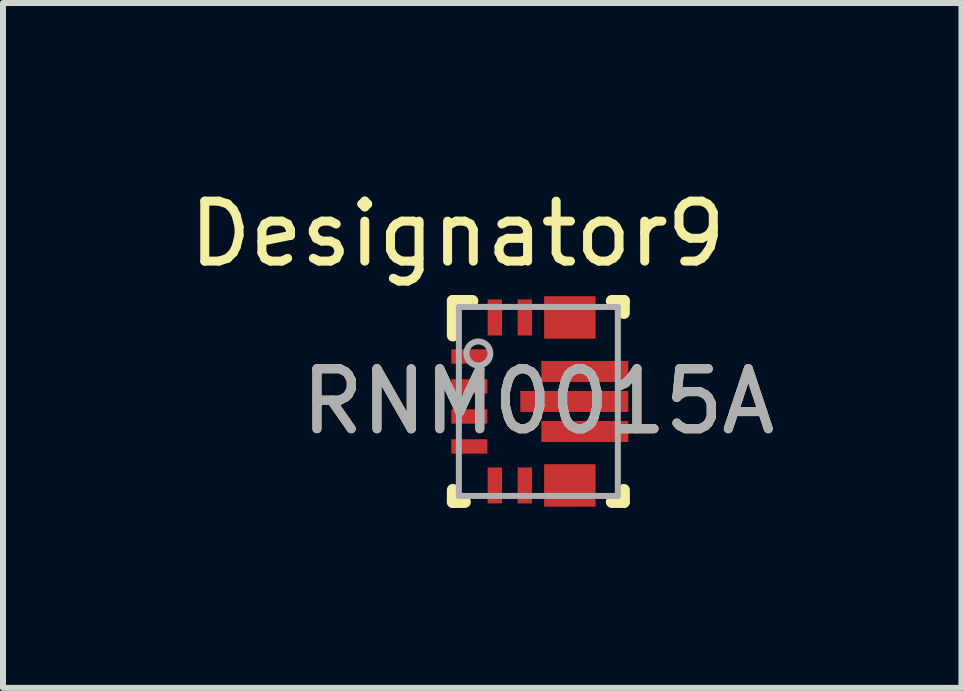
<source format=kicad_pcb>
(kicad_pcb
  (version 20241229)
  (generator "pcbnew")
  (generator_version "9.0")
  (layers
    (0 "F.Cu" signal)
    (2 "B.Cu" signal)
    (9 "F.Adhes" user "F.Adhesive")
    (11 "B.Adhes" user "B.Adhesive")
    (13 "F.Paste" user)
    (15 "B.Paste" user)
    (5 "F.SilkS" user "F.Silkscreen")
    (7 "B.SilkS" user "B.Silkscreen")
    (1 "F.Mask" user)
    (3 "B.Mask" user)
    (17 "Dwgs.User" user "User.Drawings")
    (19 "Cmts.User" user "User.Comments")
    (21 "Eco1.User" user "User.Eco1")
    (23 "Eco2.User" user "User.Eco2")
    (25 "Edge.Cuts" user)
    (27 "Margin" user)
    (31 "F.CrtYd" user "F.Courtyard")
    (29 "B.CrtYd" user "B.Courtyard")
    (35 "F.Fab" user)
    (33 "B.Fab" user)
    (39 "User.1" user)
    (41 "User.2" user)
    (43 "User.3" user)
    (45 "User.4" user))
  (footprint "RNM0015A"
    (layer "F.Cu")
    (at 5.924 3.642)
    (property "Reference" "RNM0015A" (at 0 0 0) (unlocked yes) (layer "F.SilkS") (effects (font (size 1 1) (thickness 0.15))))
    (attr smd)
    (fp_poly (pts (xy 0.15 -1.15) (xy 0.15 -1.3) (xy 0.151 -1.31) (xy 0.154 -1.319) (xy 0.158 -1.328) (xy 0.165 -1.335) (xy 0.172 -1.342) (xy 0.181 -1.346) (xy 0.19 -1.349) (xy 0.2 -1.35) (xy 0.85 -1.35) (xy 0.86 -1.349) (xy 0.869 -1.346) (xy 0.878 -1.342) (xy 0.885 -1.335) (xy 0.892 -1.328) (xy 0.896 -1.319) (xy 0.899 -1.31) (xy 0.9 -1.3) (xy 0.9 -1.15) (xy 0.899 -1.14) (xy 0.896 -1.131) (xy 0.892 -1.122) (xy 0.885 -1.115) (xy 0.878 -1.108) (xy 0.869 -1.104) (xy 0.86 -1.101) (xy 0.85 -1.1) (xy 0.2 -1.1) (xy 0.19 -1.101) (xy 0.181 -1.104) (xy 0.172 -1.108) (xy 0.165 -1.115) (xy 0.158 -1.122) (xy 0.154 -1.131) (xy 0.151 -1.14)) (stroke (width 0) (type solid)) (fill yes) (layer "F.Mask"))
    (fp_poly (pts (xy 0.15 1.3) (xy 0.15 1.15) (xy 0.151 1.14) (xy 0.154 1.131) (xy 0.158 1.122) (xy 0.165 1.115) (xy 0.172 1.108) (xy 0.181 1.104) (xy 0.19 1.101) (xy 0.2 1.1) (xy 0.85 1.1) (xy 0.86 1.101) (xy 0.869 1.104) (xy 0.878 1.108) (xy 0.885 1.115) (xy 0.892 1.122) (xy 0.896 1.131) (xy 0.899 1.14) (xy 0.9 1.15) (xy 0.9 1.3) (xy 0.899 1.31) (xy 0.896 1.319) (xy 0.892 1.328) (xy 0.885 1.335) (xy 0.878 1.342) (xy 0.869 1.346) (xy 0.86 1.349) (xy 0.85 1.35) (xy 0.2 1.35) (xy 0.19 1.349) (xy 0.181 1.346) (xy 0.172 1.342) (xy 0.165 1.335) (xy 0.158 1.328) (xy 0.154 1.319) (xy 0.151 1.31)) (stroke (width 0) (type solid)) (fill yes) (layer "F.Mask"))
    (fp_poly (pts (xy 0.2 1.1) (xy 0.35 1.1) (xy 0.36 1.101) (xy 0.369 1.104) (xy 0.378 1.108) (xy 0.385 1.115) (xy 0.392 1.122) (xy 0.396 1.131) (xy 0.399 1.14) (xy 0.4 1.15) (xy 0.4 1.65) (xy 0.399 1.66) (xy 0.396 1.669) (xy 0.392 1.678) (xy 0.385 1.685) (xy 0.378 1.692) (xy 0.369 1.696) (xy 0.36 1.699) (xy 0.35 1.7) (xy 0.2 1.7) (xy 0.19 1.699) (xy 0.181 1.696) (xy 0.172 1.692) (xy 0.165 1.685) (xy 0.158 1.678) (xy 0.154 1.669) (xy 0.151 1.66) (xy 0.15 1.65) (xy 0.15 1.15) (xy 0.151 1.14) (xy 0.154 1.131) (xy 0.158 1.122) (xy 0.165 1.115) (xy 0.172 1.108) (xy 0.181 1.104) (xy 0.19 1.101)) (stroke (width 0) (type solid)) (fill yes) (layer "F.Mask"))
    (fp_poly (pts (xy 0.35 -1.1) (xy 0.2 -1.1) (xy 0.19 -1.101) (xy 0.181 -1.104) (xy 0.172 -1.108) (xy 0.165 -1.115) (xy 0.158 -1.122) (xy 0.154 -1.131) (xy 0.151 -1.14) (xy 0.15 -1.15) (xy 0.15 -1.65) (xy 0.151 -1.66) (xy 0.154 -1.669) (xy 0.158 -1.678) (xy 0.165 -1.685) (xy 0.172 -1.692) (xy 0.181 -1.696) (xy 0.19 -1.699) (xy 0.2 -1.7) (xy 0.35 -1.7) (xy 0.36 -1.699) (xy 0.369 -1.696) (xy 0.378 -1.692) (xy 0.385 -1.685) (xy 0.392 -1.678) (xy 0.396 -1.669) (xy 0.399 -1.66) (xy 0.4 -1.65) (xy 0.4 -1.15) (xy 0.399 -1.14) (xy 0.396 -1.131) (xy 0.392 -1.122) (xy 0.385 -1.115) (xy 0.378 -1.108) (xy 0.369 -1.104) (xy 0.36 -1.101)) (stroke (width 0) (type solid)) (fill yes) (layer "F.Mask"))
    (fp_poly (pts (xy 0.7 1.1) (xy 0.85 1.1) (xy 0.86 1.101) (xy 0.869 1.104) (xy 0.878 1.108) (xy 0.885 1.115) (xy 0.892 1.122) (xy 0.896 1.131) (xy 0.899 1.14) (xy 0.9 1.15) (xy 0.9 1.65) (xy 0.899 1.66) (xy 0.896 1.669) (xy 0.892 1.678) (xy 0.885 1.685) (xy 0.878 1.692) (xy 0.869 1.696) (xy 0.86 1.699) (xy 0.85 1.7) (xy 0.7 1.7) (xy 0.69 1.699) (xy 0.681 1.696) (xy 0.672 1.692) (xy 0.665 1.685) (xy 0.658 1.678) (xy 0.654 1.669) (xy 0.651 1.66) (xy 0.65 1.65) (xy 0.65 1.15) (xy 0.651 1.14) (xy 0.654 1.131) (xy 0.658 1.122) (xy 0.665 1.115) (xy 0.672 1.108) (xy 0.681 1.104) (xy 0.69 1.101)) (stroke (width 0) (type solid)) (fill yes) (layer "F.Mask"))
    (fp_poly (pts (xy 0.85 -1.1) (xy 0.7 -1.1) (xy 0.69 -1.101) (xy 0.681 -1.104) (xy 0.672 -1.108) (xy 0.665 -1.115) (xy 0.658 -1.122) (xy 0.654 -1.131) (xy 0.651 -1.14) (xy 0.65 -1.15) (xy 0.65 -1.65) (xy 0.651 -1.66) (xy 0.654 -1.669) (xy 0.658 -1.678) (xy 0.665 -1.685) (xy 0.672 -1.692) (xy 0.681 -1.696) (xy 0.69 -1.699) (xy 0.7 -1.7) (xy 0.85 -1.7) (xy 0.86 -1.699) (xy 0.869 -1.696) (xy 0.878 -1.692) (xy 0.885 -1.685) (xy 0.892 -1.678) (xy 0.896 -1.669) (xy 0.899 -1.66) (xy 0.9 -1.65) (xy 0.9 -1.15) (xy 0.899 -1.14) (xy 0.896 -1.131) (xy 0.892 -1.122) (xy 0.885 -1.115) (xy 0.878 -1.108) (xy 0.869 -1.104) (xy 0.86 -1.101)) (stroke (width 0) (type solid)) (fill yes) (layer "F.Mask"))
    (fp_line (start -1.425 -1.675) (end -1.1 -1.675) (stroke (width 0.2) (type solid)) (layer "F.SilkS"))
    (fp_line (start -1.425 -1.1) (end -1.425 -1.675) (stroke (width 0.2) (type solid)) (layer "F.SilkS"))
    (fp_line (start -1.425 1.675) (end -1.425 1.475) (stroke (width 0.2) (type solid)) (layer "F.SilkS"))
    (fp_line (start -1.425 1.675) (end -1.225 1.675) (stroke (width 0.2) (type solid)) (layer "F.SilkS"))
    (fp_line (start 1.225 -1.675) (end 1.425 -1.675) (stroke (width 0.2) (type solid)) (layer "F.SilkS"))
    (fp_line (start 1.225 1.675) (end 1.425 1.675) (stroke (width 0.2) (type solid)) (layer "F.SilkS"))
    (fp_line (start 1.425 -1.475) (end 1.425 -1.675) (stroke (width 0.2) (type solid)) (layer "F.SilkS"))
    (fp_line (start 1.425 1.675) (end 1.425 1.475) (stroke (width 0.2) (type solid)) (layer "F.SilkS"))
    (fp_poly (pts (xy -0.22 0.075) (xy -0.22 -0.075) (xy -0.219 -0.085) (xy -0.216 -0.094) (xy -0.212 -0.103) (xy -0.205 -0.11) (xy -0.198 -0.117) (xy -0.189 -0.121) (xy -0.18 -0.124) (xy -0.17 -0.125) (xy 0.45 -0.125) (xy 0.46 -0.124) (xy 0.469 -0.121) (xy 0.478 -0.117) (xy 0.485 -0.11) (xy 0.492 -0.103) (xy 0.496 -0.094) (xy 0.499 -0.085) (xy 0.5 -0.075) (xy 0.5 0.075) (xy 0.499 0.085) (xy 0.496 0.094) (xy 0.492 0.103) (xy 0.485 0.11) (xy 0.478 0.117) (xy 0.469 0.121) (xy 0.46 0.124) (xy 0.45 0.125) (xy -0.17 0.125) (xy -0.18 0.124) (xy -0.189 0.121) (xy -0.198 0.117) (xy -0.205 0.11) (xy -0.212 0.103) (xy -0.216 0.094) (xy -0.219 0.085)) (stroke (width 0) (type solid)) (fill yes) (layer "F.Paste"))
    (fp_poly (pts (xy 0.101 -0.425) (xy 0.101 -0.575) (xy 0.101 -0.585) (xy 0.104 -0.594) (xy 0.109 -0.603) (xy 0.115 -0.61) (xy 0.123 -0.617) (xy 0.131 -0.621) (xy 0.141 -0.624) (xy 0.15 -0.625) (xy 0.625 -0.625) (xy 0.635 -0.624) (xy 0.645 -0.621) (xy 0.653 -0.617) (xy 0.661 -0.61) (xy 0.667 -0.603) (xy 0.672 -0.594) (xy 0.675 -0.585) (xy 0.675 -0.575) (xy 0.675 -0.425) (xy 0.675 -0.415) (xy 0.672 -0.406) (xy 0.667 -0.397) (xy 0.661 -0.39) (xy 0.653 -0.383) (xy 0.645 -0.379) (xy 0.635 -0.376) (xy 0.625 -0.375) (xy 0.15 -0.375) (xy 0.141 -0.376) (xy 0.131 -0.379) (xy 0.123 -0.383) (xy 0.115 -0.39) (xy 0.109 -0.397) (xy 0.104 -0.406) (xy 0.101 -0.415)) (stroke (width 0) (type solid)) (fill yes) (layer "F.Paste"))
    (fp_poly (pts (xy 0.101 0.575) (xy 0.101 0.425) (xy 0.101 0.415) (xy 0.104 0.406) (xy 0.109 0.397) (xy 0.115 0.39) (xy 0.123 0.383) (xy 0.131 0.379) (xy 0.141 0.376) (xy 0.15 0.375) (xy 0.625 0.375) (xy 0.635 0.376) (xy 0.645 0.379) (xy 0.653 0.383) (xy 0.661 0.39) (xy 0.667 0.397) (xy 0.672 0.406) (xy 0.675 0.415) (xy 0.675 0.425) (xy 0.675 0.575) (xy 0.675 0.585) (xy 0.672 0.594) (xy 0.667 0.603) (xy 0.661 0.61) (xy 0.653 0.617) (xy 0.645 0.621) (xy 0.635 0.624) (xy 0.625 0.625) (xy 0.15 0.625) (xy 0.141 0.624) (xy 0.131 0.621) (xy 0.123 0.617) (xy 0.115 0.61) (xy 0.109 0.603) (xy 0.104 0.594) (xy 0.101 0.585)) (stroke (width 0) (type solid)) (fill yes) (layer "F.Paste"))
    (fp_poly (pts (xy 0.15 -1.15) (xy 0.15 -1.3) (xy 0.151 -1.31) (xy 0.154 -1.319) (xy 0.158 -1.328) (xy 0.165 -1.335) (xy 0.172 -1.342) (xy 0.181 -1.346) (xy 0.19 -1.349) (xy 0.2 -1.35) (xy 0.85 -1.35) (xy 0.86 -1.349) (xy 0.869 -1.346) (xy 0.878 -1.342) (xy 0.885 -1.335) (xy 0.892 -1.328) (xy 0.896 -1.319) (xy 0.899 -1.31) (xy 0.9 -1.3) (xy 0.9 -1.15) (xy 0.899 -1.14) (xy 0.896 -1.131) (xy 0.892 -1.122) (xy 0.885 -1.115) (xy 0.878 -1.108) (xy 0.869 -1.104) (xy 0.86 -1.101) (xy 0.85 -1.1) (xy 0.2 -1.1) (xy 0.19 -1.101) (xy 0.181 -1.104) (xy 0.172 -1.108) (xy 0.165 -1.115) (xy 0.158 -1.122) (xy 0.154 -1.131) (xy 0.151 -1.14)) (stroke (width 0) (type solid)) (fill yes) (layer "F.Paste"))
    (fp_poly (pts (xy 0.15 1.3) (xy 0.15 1.15) (xy 0.151 1.14) (xy 0.154 1.131) (xy 0.158 1.122) (xy 0.165 1.115) (xy 0.172 1.108) (xy 0.181 1.104) (xy 0.19 1.101) (xy 0.2 1.1) (xy 0.85 1.1) (xy 0.86 1.101) (xy 0.869 1.104) (xy 0.878 1.108) (xy 0.885 1.115) (xy 0.892 1.122) (xy 0.896 1.131) (xy 0.899 1.14) (xy 0.9 1.15) (xy 0.9 1.3) (xy 0.899 1.31) (xy 0.896 1.319) (xy 0.892 1.328) (xy 0.885 1.335) (xy 0.878 1.342) (xy 0.869 1.346) (xy 0.86 1.349) (xy 0.85 1.35) (xy 0.2 1.35) (xy 0.19 1.349) (xy 0.181 1.346) (xy 0.172 1.342) (xy 0.165 1.335) (xy 0.158 1.328) (xy 0.154 1.319) (xy 0.151 1.31)) (stroke (width 0) (type solid)) (fill yes) (layer "F.Paste"))
    (fp_poly (pts (xy 0.2 1.1) (xy 0.35 1.1) (xy 0.36 1.101) (xy 0.369 1.104) (xy 0.378 1.108) (xy 0.385 1.115) (xy 0.392 1.122) (xy 0.396 1.131) (xy 0.399 1.14) (xy 0.4 1.15) (xy 0.4 1.65) (xy 0.399 1.66) (xy 0.396 1.669) (xy 0.392 1.678) (xy 0.385 1.685) (xy 0.378 1.692) (xy 0.369 1.696) (xy 0.36 1.699) (xy 0.35 1.7) (xy 0.2 1.7) (xy 0.19 1.699) (xy 0.181 1.696) (xy 0.172 1.692) (xy 0.165 1.685) (xy 0.158 1.678) (xy 0.154 1.669) (xy 0.151 1.66) (xy 0.15 1.65) (xy 0.15 1.15) (xy 0.151 1.14) (xy 0.154 1.131) (xy 0.158 1.122) (xy 0.165 1.115) (xy 0.172 1.108) (xy 0.181 1.104) (xy 0.19 1.101)) (stroke (width 0) (type solid)) (fill yes) (layer "F.Paste"))
    (fp_poly (pts (xy 0.35 -1.1) (xy 0.2 -1.1) (xy 0.19 -1.101) (xy 0.181 -1.104) (xy 0.172 -1.108) (xy 0.165 -1.115) (xy 0.158 -1.122) (xy 0.154 -1.131) (xy 0.151 -1.14) (xy 0.15 -1.15) (xy 0.15 -1.65) (xy 0.151 -1.66) (xy 0.154 -1.669) (xy 0.158 -1.678) (xy 0.165 -1.685) (xy 0.172 -1.692) (xy 0.181 -1.696) (xy 0.19 -1.699) (xy 0.2 -1.7) (xy 0.35 -1.7) (xy 0.36 -1.699) (xy 0.369 -1.696) (xy 0.378 -1.692) (xy 0.385 -1.685) (xy 0.392 -1.678) (xy 0.396 -1.669) (xy 0.399 -1.66) (xy 0.4 -1.65) (xy 0.4 -1.15) (xy 0.399 -1.14) (xy 0.396 -1.131) (xy 0.392 -1.122) (xy 0.385 -1.115) (xy 0.378 -1.108) (xy 0.369 -1.104) (xy 0.36 -1.101)) (stroke (width 0) (type solid)) (fill yes) (layer "F.Paste"))
    (fp_poly (pts (xy 0.7 0.075) (xy 0.7 -0.075) (xy 0.701 -0.085) (xy 0.704 -0.094) (xy 0.708 -0.103) (xy 0.715 -0.11) (xy 0.722 -0.117) (xy 0.731 -0.121) (xy 0.74 -0.124) (xy 0.75 -0.125) (xy 1.37 -0.125) (xy 1.38 -0.124) (xy 1.389 -0.121) (xy 1.398 -0.117) (xy 1.405 -0.11) (xy 1.412 -0.103) (xy 1.416 -0.094) (xy 1.419 -0.085) (xy 1.42 -0.075) (xy 1.42 0.075) (xy 1.419 0.085) (xy 1.416 0.094) (xy 1.412 0.103) (xy 1.405 0.11) (xy 1.398 0.117) (xy 1.389 0.121) (xy 1.38 0.124) (xy 1.37 0.125) (xy 0.75 0.125) (xy 0.74 0.124) (xy 0.731 0.121) (xy 0.722 0.117) (xy 0.715 0.11) (xy 0.708 0.103) (xy 0.704 0.094) (xy 0.701 0.085)) (stroke (width 0) (type solid)) (fill yes) (layer "F.Paste"))
    (fp_poly (pts (xy 0.7 1.1) (xy 0.85 1.1) (xy 0.86 1.101) (xy 0.869 1.104) (xy 0.878 1.108) (xy 0.885 1.115) (xy 0.892 1.122) (xy 0.896 1.131) (xy 0.899 1.14) (xy 0.9 1.15) (xy 0.9 1.65) (xy 0.899 1.66) (xy 0.896 1.669) (xy 0.892 1.678) (xy 0.885 1.685) (xy 0.878 1.692) (xy 0.869 1.696) (xy 0.86 1.699) (xy 0.85 1.7) (xy 0.7 1.7) (xy 0.69 1.699) (xy 0.681 1.696) (xy 0.672 1.692) (xy 0.665 1.685) (xy 0.658 1.678) (xy 0.654 1.669) (xy 0.651 1.66) (xy 0.65 1.65) (xy 0.65 1.15) (xy 0.651 1.14) (xy 0.654 1.131) (xy 0.658 1.122) (xy 0.665 1.115) (xy 0.672 1.108) (xy 0.681 1.104) (xy 0.69 1.101)) (stroke (width 0) (type solid)) (fill yes) (layer "F.Paste"))
    (fp_poly (pts (xy 0.85 -1.1) (xy 0.7 -1.1) (xy 0.69 -1.101) (xy 0.681 -1.104) (xy 0.672 -1.108) (xy 0.665 -1.115) (xy 0.658 -1.122) (xy 0.654 -1.131) (xy 0.651 -1.14) (xy 0.65 -1.15) (xy 0.65 -1.65) (xy 0.651 -1.66) (xy 0.654 -1.669) (xy 0.658 -1.678) (xy 0.665 -1.685) (xy 0.672 -1.692) (xy 0.681 -1.696) (xy 0.69 -1.699) (xy 0.7 -1.7) (xy 0.85 -1.7) (xy 0.86 -1.699) (xy 0.869 -1.696) (xy 0.878 -1.692) (xy 0.885 -1.685) (xy 0.892 -1.678) (xy 0.896 -1.669) (xy 0.899 -1.66) (xy 0.9 -1.65) (xy 0.9 -1.15) (xy 0.899 -1.14) (xy 0.896 -1.131) (xy 0.892 -1.122) (xy 0.885 -1.115) (xy 0.878 -1.108) (xy 0.869 -1.104) (xy 0.86 -1.101)) (stroke (width 0) (type solid)) (fill yes) (layer "F.Paste"))
    (fp_poly (pts (xy 0.875 -0.425) (xy 0.875 -0.575) (xy 0.876 -0.585) (xy 0.879 -0.594) (xy 0.884 -0.603) (xy 0.89 -0.61) (xy 0.898 -0.617) (xy 0.906 -0.621) (xy 0.916 -0.624) (xy 0.925 -0.625) (xy 1.401 -0.625) (xy 1.41 -0.624) (xy 1.42 -0.621) (xy 1.428 -0.617) (xy 1.436 -0.61) (xy 1.442 -0.603) (xy 1.447 -0.594) (xy 1.45 -0.585) (xy 1.45 -0.575) (xy 1.45 -0.425) (xy 1.45 -0.415) (xy 1.447 -0.406) (xy 1.442 -0.397) (xy 1.436 -0.39) (xy 1.428 -0.383) (xy 1.42 -0.379) (xy 1.41 -0.376) (xy 1.401 -0.375) (xy 0.925 -0.375) (xy 0.916 -0.376) (xy 0.906 -0.379) (xy 0.898 -0.383) (xy 0.89 -0.39) (xy 0.884 -0.397) (xy 0.879 -0.406) (xy 0.876 -0.415)) (stroke (width 0) (type solid)) (fill yes) (layer "F.Paste"))
    (fp_poly (pts (xy 0.875 0.575) (xy 0.875 0.425) (xy 0.876 0.415) (xy 0.879 0.406) (xy 0.884 0.397) (xy 0.89 0.39) (xy 0.898 0.383) (xy 0.906 0.379) (xy 0.916 0.376) (xy 0.925 0.375) (xy 1.401 0.375) (xy 1.41 0.376) (xy 1.42 0.379) (xy 1.428 0.383) (xy 1.436 0.39) (xy 1.442 0.397) (xy 1.447 0.406) (xy 1.45 0.415) (xy 1.45 0.425) (xy 1.45 0.575) (xy 1.45 0.585) (xy 1.447 0.594) (xy 1.442 0.603) (xy 1.436 0.61) (xy 1.428 0.617) (xy 1.42 0.621) (xy 1.41 0.624) (xy 1.401 0.625) (xy 0.925 0.625) (xy 0.916 0.624) (xy 0.906 0.621) (xy 0.898 0.617) (xy 0.89 0.61) (xy 0.884 0.603) (xy 0.879 0.594) (xy 0.876 0.585)) (stroke (width 0) (type solid)) (fill yes) (layer "F.Paste"))
    (fp_line (start -1.325 -1.575) (end 1.325 -1.575) (stroke (width 0.1) (type solid)) (layer "F.Fab"))
    (fp_line (start -1.325 1.575) (end -1.325 -1.575) (stroke (width 0.1) (type solid)) (layer "F.Fab"))
    (fp_line (start -1.325 1.575) (end 1.325 1.575) (stroke (width 0.1) (type solid)) (layer "F.Fab"))
    (fp_line (start 1.325 1.575) (end 1.325 -1.575) (stroke (width 0.1) (type solid)) (layer "F.Fab"))
    (fp_circle (center -1 -0.8) (end -0.8 -0.8) (stroke (width 0.1) (type solid)) (fill no) (layer "F.Fab"))
    (fp_text user "Designator9" (at -1.346 -2.794 0) (unlocked yes) (layer "F.SilkS") (effects (font (size 1 1) (thickness 0.15))))
    (fp_text user "${REFERENCE}" (at 0 0 0) (unlocked yes) (layer "F.Fab") (effects (font (size 1 1) (thickness 0.15))))
    (pad "1" smd rect (at -1.15 -0.75 90) (size 0.24 0.6) (layers "F.Cu" "F.Mask" "F.Paste"))
    (pad "2" smd rect (at -1.15 -0.25 90) (size 0.24 0.6) (layers "F.Cu" "F.Mask" "F.Paste"))
    (pad "3" smd rect (at -1.15 0.25 90) (size 0.24 0.6) (layers "F.Cu" "F.Mask" "F.Paste"))
    (pad "4" smd rect (at -1.15 0.75 90) (size 0.24 0.6) (layers "F.Cu" "F.Mask" "F.Paste"))
    (pad "5" smd rect (at -0.725 1.4) (size 0.24 0.6) (layers "F.Cu" "F.Mask" "F.Paste"))
    (pad "6" smd rect (at -0.225 1.4) (size 0.24 0.6) (layers "F.Cu" "F.Mask" "F.Paste"))
    (pad "7" smd rect (at 0.525 1.4 90) (size 0.7 0.85) (layers "F.Cu" "F.Mask" "F.Paste"))
    (pad "8" smd rect (at 0.525 1.4 90) (size 0.7 0.85) (layers "F.Cu" "F.Mask" "F.Paste"))
    (pad "9" smd rect (at 0.775 0.5 90) (size 0.35 1.45) (layers "F.Cu" "F.Mask"))
    (pad "10" smd rect (at 0.6 0 90) (size 0.35 1.8) (layers "F.Cu" "F.Mask"))
    (pad "11" smd rect (at 0.775 -0.5 90) (size 0.35 1.45) (layers "F.Cu" "F.Mask"))
    (pad "12" smd rect (at 0.525 -1.4 90) (size 0.7 0.85) (layers "F.Cu" "F.Mask" "F.Paste"))
    (pad "13" smd rect (at 0.525 -1.4 90) (size 0.7 0.85) (layers "F.Cu" "F.Mask" "F.Paste"))
    (pad "14" smd rect (at -0.225 -1.4) (size 0.24 0.6) (layers "F.Cu" "F.Mask" "F.Paste"))
    (pad "15" smd rect (at -0.725 -1.4) (size 0.24 0.6) (layers "F.Cu" "F.Mask" "F.Paste")))
  (gr_rect
    (start -3 -3)
    (end 12.977 8.417)
    (stroke (width 0.1) (type default))
    (fill no)
    (layer "Edge.Cuts")))
</source>
